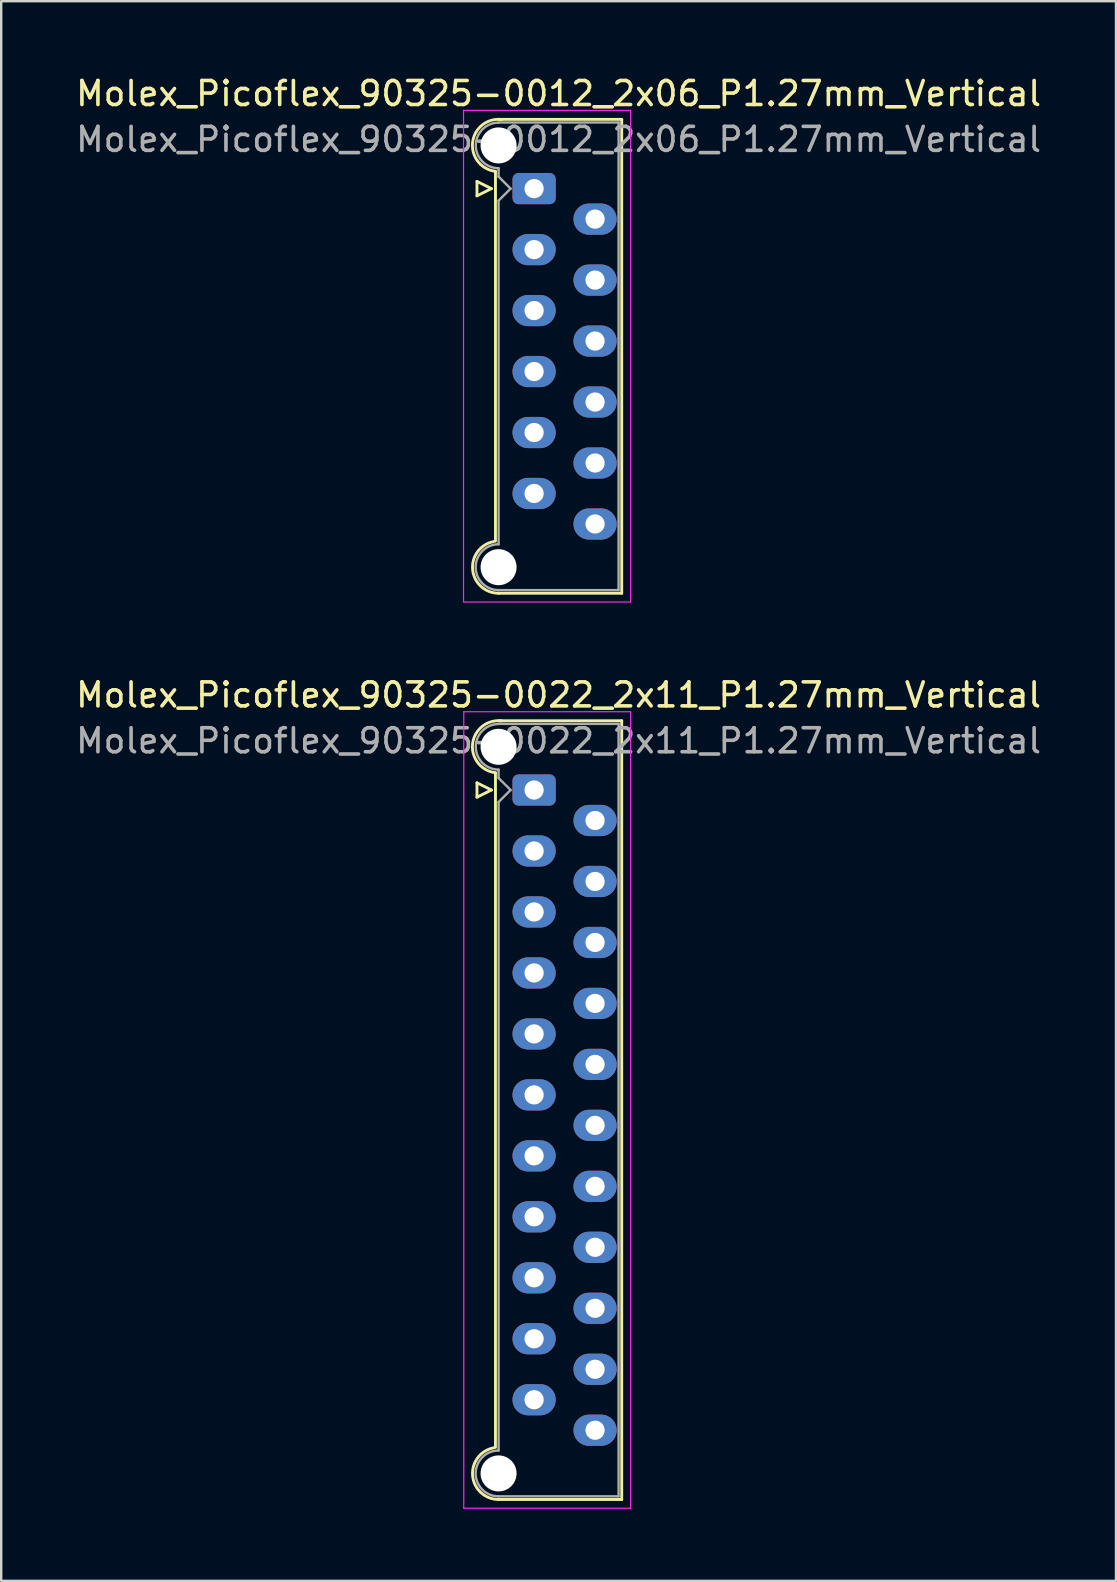
<source format=kicad_pcb>
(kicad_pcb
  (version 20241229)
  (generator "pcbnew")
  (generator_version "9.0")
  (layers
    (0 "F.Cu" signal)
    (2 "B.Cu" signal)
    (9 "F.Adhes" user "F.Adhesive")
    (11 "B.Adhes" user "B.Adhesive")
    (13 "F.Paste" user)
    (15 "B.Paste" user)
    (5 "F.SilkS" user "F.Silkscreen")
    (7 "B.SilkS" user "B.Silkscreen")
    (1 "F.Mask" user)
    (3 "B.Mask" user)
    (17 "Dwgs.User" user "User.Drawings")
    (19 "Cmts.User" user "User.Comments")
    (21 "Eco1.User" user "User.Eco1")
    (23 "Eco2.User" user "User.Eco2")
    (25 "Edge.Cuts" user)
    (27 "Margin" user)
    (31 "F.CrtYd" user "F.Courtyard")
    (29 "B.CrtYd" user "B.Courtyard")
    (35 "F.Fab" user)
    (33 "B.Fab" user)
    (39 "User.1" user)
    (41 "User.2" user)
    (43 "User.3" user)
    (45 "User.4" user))
  (footprint "Molex_Picoflex_90325-0022_2x11_P1.27mm_Vertical"
    (layer "F.Cu")
    (at 19.2 29.861)
    (property "Reference" "Molex_Picoflex_90325-0022_2x11_P1.27mm_Vertical" (at 1.02 -3.96 0) (layer "F.SilkS") (effects (font (size 1 1) (thickness 0.15))))
    (attr through_hole)
    (fp_line (start -2.38 -0.3) (end -2.38 0.3) (stroke (width 0.12) (type solid)) (layer "F.SilkS"))
    (fp_line (start -2.38 0.3) (end -1.78 0) (stroke (width 0.12) (type solid)) (layer "F.SilkS"))
    (fp_line (start -1.78 0) (end -2.38 -0.3) (stroke (width 0.12) (type solid)) (layer "F.SilkS"))
    (fp_line (start -1.61 -0.715) (end -1.61 27.385) (stroke (width 0.12) (type solid)) (layer "F.SilkS"))
    (fp_line (start -1.48 -2.885) (end 3.65 -2.885) (stroke (width 0.12) (type solid)) (layer "F.SilkS"))
    (fp_line (start 3.65 -2.885) (end 3.65 29.555) (stroke (width 0.12) (type solid)) (layer "F.SilkS"))
    (fp_line (start 3.65 29.555) (end -1.48 29.555) (stroke (width 0.12) (type solid)) (layer "F.SilkS"))
    (fp_arc (start -1.61 -0.72) (mid -2.56 -1.93) (end -1.35 -2.88) (stroke (width 0.12) (type solid)) (layer "F.SilkS"))
    (fp_arc (start -1.47 29.555) (mid -2.56 28.574526) (end -1.678256 27.40322) (stroke (width 0.12) (type solid)) (layer "F.SilkS"))
    (fp_line (start -2.93 -3.26) (end -2.93 29.92) (stroke (width 0.05) (type solid)) (layer "F.CrtYd"))
    (fp_line (start -2.93 29.92) (end 4.02 29.92) (stroke (width 0.05) (type solid)) (layer "F.CrtYd"))
    (fp_line (start 4.02 -3.26) (end -2.93 -3.26) (stroke (width 0.05) (type solid)) (layer "F.CrtYd"))
    (fp_line (start 4.02 29.92) (end 4.02 -3.26) (stroke (width 0.05) (type solid)) (layer "F.CrtYd"))
    (fp_line (start -1.48 -2.755) (end 3.52 -2.755) (stroke (width 0.1) (type solid)) (layer "F.Fab"))
    (fp_line (start -1.48 -0.845) (end -1.48 -0.5) (stroke (width 0.1) (type solid)) (layer "F.Fab"))
    (fp_line (start -1.48 -0.5) (end -0.98 0) (stroke (width 0.1) (type solid)) (layer "F.Fab"))
    (fp_line (start -1.48 0.5) (end -1.48 27.515) (stroke (width 0.1) (type solid)) (layer "F.Fab"))
    (fp_line (start -0.98 0) (end -1.48 0.5) (stroke (width 0.1) (type solid)) (layer "F.Fab"))
    (fp_line (start 3.52 -2.755) (end 3.52 29.425) (stroke (width 0.1) (type solid)) (layer "F.Fab"))
    (fp_line (start 3.52 29.425) (end -1.48 29.425) (stroke (width 0.1) (type solid)) (layer "F.Fab"))
    (fp_arc (start -1.48 -0.85) (mid -2.43 -1.8) (end -1.48 -2.75) (stroke (width 0.1) (type solid)) (layer "F.Fab"))
    (fp_arc (start -1.48 29.425) (mid -2.435 28.47) (end -1.48 27.515) (stroke (width 0.1) (type solid)) (layer "F.Fab"))
    (fp_text user "${REFERENCE}" (at 1.02 -2.05 0) (layer "F.Fab") (effects (font (size 1 1) (thickness 0.15))))
    (pad "" np_thru_hole circle (at -1.48 -1.8) (size 1.5 1.5) (drill 1.5) (layers "*.Cu" "*.Mask"))
    (pad "" np_thru_hole circle (at -1.48 28.47) (size 1.5 1.5) (drill 1.5) (layers "*.Cu" "*.Mask"))
    (pad "1" thru_hole roundrect (at 0 0) (size 1.8 1.3) (drill 0.8) (layers "*.Cu" "*.Mask") (roundrect_rratio 0.192))
    (pad "2" thru_hole oval (at 2.54 1.27) (size 1.8 1.3) (drill 0.8) (layers "*.Cu" "*.Mask"))
    (pad "3" thru_hole oval (at 0 2.54) (size 1.8 1.3) (drill 0.8) (layers "*.Cu" "*.Mask"))
    (pad "4" thru_hole oval (at 2.54 3.81) (size 1.8 1.3) (drill 0.8) (layers "*.Cu" "*.Mask"))
    (pad "5" thru_hole oval (at 0 5.08) (size 1.8 1.3) (drill 0.8) (layers "*.Cu" "*.Mask"))
    (pad "6" thru_hole oval (at 2.54 6.35) (size 1.8 1.3) (drill 0.8) (layers "*.Cu" "*.Mask"))
    (pad "7" thru_hole oval (at 0 7.62) (size 1.8 1.3) (drill 0.8) (layers "*.Cu" "*.Mask"))
    (pad "8" thru_hole oval (at 2.54 8.89) (size 1.8 1.3) (drill 0.8) (layers "*.Cu" "*.Mask"))
    (pad "9" thru_hole oval (at 0 10.16) (size 1.8 1.3) (drill 0.8) (layers "*.Cu" "*.Mask"))
    (pad "10" thru_hole oval (at 2.54 11.43) (size 1.8 1.3) (drill 0.8) (layers "*.Cu" "*.Mask"))
    (pad "11" thru_hole oval (at 0 12.7) (size 1.8 1.3) (drill 0.8) (layers "*.Cu" "*.Mask"))
    (pad "12" thru_hole oval (at 2.54 13.97) (size 1.8 1.3) (drill 0.8) (layers "*.Cu" "*.Mask"))
    (pad "13" thru_hole oval (at 0 15.24) (size 1.8 1.3) (drill 0.8) (layers "*.Cu" "*.Mask"))
    (pad "14" thru_hole oval (at 2.54 16.51) (size 1.8 1.3) (drill 0.8) (layers "*.Cu" "*.Mask"))
    (pad "15" thru_hole oval (at 0 17.78) (size 1.8 1.3) (drill 0.8) (layers "*.Cu" "*.Mask"))
    (pad "16" thru_hole oval (at 2.54 19.05) (size 1.8 1.3) (drill 0.8) (layers "*.Cu" "*.Mask"))
    (pad "17" thru_hole oval (at 0 20.32) (size 1.8 1.3) (drill 0.8) (layers "*.Cu" "*.Mask"))
    (pad "18" thru_hole oval (at 2.54 21.59) (size 1.8 1.3) (drill 0.8) (layers "*.Cu" "*.Mask"))
    (pad "19" thru_hole oval (at 0 22.86) (size 1.8 1.3) (drill 0.8) (layers "*.Cu" "*.Mask"))
    (pad "20" thru_hole oval (at 2.54 24.13) (size 1.8 1.3) (drill 0.8) (layers "*.Cu" "*.Mask"))
    (pad "21" thru_hole oval (at 0 25.4) (size 1.8 1.3) (drill 0.8) (layers "*.Cu" "*.Mask"))
    (pad "22" thru_hole oval (at 2.54 26.67) (size 1.8 1.3) (drill 0.8) (layers "*.Cu" "*.Mask")))
  (footprint "Molex_Picoflex_90325-0012_2x06_P1.27mm_Vertical"
    (layer "F.Cu")
    (at 19.2 4.808)
    (property "Reference" "Molex_Picoflex_90325-0012_2x06_P1.27mm_Vertical" (at 1.02 -3.96 0) (layer "F.SilkS") (effects (font (size 1 1) (thickness 0.15))))
    (attr through_hole)
    (fp_line (start -2.38 -0.3) (end -2.38 0.3) (stroke (width 0.12) (type solid)) (layer "F.SilkS"))
    (fp_line (start -2.38 0.3) (end -1.78 0) (stroke (width 0.12) (type solid)) (layer "F.SilkS"))
    (fp_line (start -1.78 0) (end -2.38 -0.3) (stroke (width 0.12) (type solid)) (layer "F.SilkS"))
    (fp_line (start -1.61 -0.715) (end -1.61 14.685) (stroke (width 0.12) (type solid)) (layer "F.SilkS"))
    (fp_line (start -1.48 -2.885) (end 3.65 -2.885) (stroke (width 0.12) (type solid)) (layer "F.SilkS"))
    (fp_line (start 3.65 -2.885) (end 3.65 16.855) (stroke (width 0.12) (type solid)) (layer "F.SilkS"))
    (fp_line (start 3.65 16.855) (end -1.48 16.855) (stroke (width 0.12) (type solid)) (layer "F.SilkS"))
    (fp_arc (start -1.61 -0.72) (mid -2.56 -1.93) (end -1.35 -2.88) (stroke (width 0.12) (type solid)) (layer "F.SilkS"))
    (fp_arc (start -1.47 16.855) (mid -2.56 15.874526) (end -1.678256 14.70322) (stroke (width 0.12) (type solid)) (layer "F.SilkS"))
    (fp_line (start -2.94 -3.26) (end -2.94 17.22) (stroke (width 0.05) (type solid)) (layer "F.CrtYd"))
    (fp_line (start -2.94 17.22) (end 4.02 17.22) (stroke (width 0.05) (type solid)) (layer "F.CrtYd"))
    (fp_line (start 4.02 -3.26) (end -2.94 -3.26) (stroke (width 0.05) (type solid)) (layer "F.CrtYd"))
    (fp_line (start 4.02 17.22) (end 4.02 -3.26) (stroke (width 0.05) (type solid)) (layer "F.CrtYd"))
    (fp_line (start -1.48 -2.755) (end 3.52 -2.755) (stroke (width 0.1) (type solid)) (layer "F.Fab"))
    (fp_line (start -1.48 -0.845) (end -1.48 -0.5) (stroke (width 0.1) (type solid)) (layer "F.Fab"))
    (fp_line (start -1.48 -0.5) (end -0.98 0) (stroke (width 0.1) (type solid)) (layer "F.Fab"))
    (fp_line (start -1.48 0.5) (end -1.48 14.815) (stroke (width 0.1) (type solid)) (layer "F.Fab"))
    (fp_line (start -0.98 0) (end -1.48 0.5) (stroke (width 0.1) (type solid)) (layer "F.Fab"))
    (fp_line (start 3.52 -2.755) (end 3.52 16.725) (stroke (width 0.1) (type solid)) (layer "F.Fab"))
    (fp_line (start 3.52 16.725) (end -1.48 16.725) (stroke (width 0.1) (type solid)) (layer "F.Fab"))
    (fp_arc (start -1.48 -0.85) (mid -2.43 -1.8) (end -1.48 -2.75) (stroke (width 0.1) (type solid)) (layer "F.Fab"))
    (fp_arc (start -1.48 16.725) (mid -2.435 15.77) (end -1.48 14.815) (stroke (width 0.1) (type solid)) (layer "F.Fab"))
    (fp_text user "${REFERENCE}" (at 1.02 -2.05 0) (layer "F.Fab") (effects (font (size 1 1) (thickness 0.15))))
    (pad "" np_thru_hole circle (at -1.48 -1.8) (size 1.5 1.5) (drill 1.5) (layers "*.Cu" "*.Mask"))
    (pad "" np_thru_hole circle (at -1.48 15.77) (size 1.5 1.5) (drill 1.5) (layers "*.Cu" "*.Mask"))
    (pad "1" thru_hole roundrect (at 0 0) (size 1.8 1.3) (drill 0.8) (layers "*.Cu" "*.Mask") (roundrect_rratio 0.192))
    (pad "2" thru_hole oval (at 2.54 1.27) (size 1.8 1.3) (drill 0.8) (layers "*.Cu" "*.Mask"))
    (pad "3" thru_hole oval (at 0 2.54) (size 1.8 1.3) (drill 0.8) (layers "*.Cu" "*.Mask"))
    (pad "4" thru_hole oval (at 2.54 3.81) (size 1.8 1.3) (drill 0.8) (layers "*.Cu" "*.Mask"))
    (pad "5" thru_hole oval (at 0 5.08) (size 1.8 1.3) (drill 0.8) (layers "*.Cu" "*.Mask"))
    (pad "6" thru_hole oval (at 2.54 6.35) (size 1.8 1.3) (drill 0.8) (layers "*.Cu" "*.Mask"))
    (pad "7" thru_hole oval (at 0 7.62) (size 1.8 1.3) (drill 0.8) (layers "*.Cu" "*.Mask"))
    (pad "8" thru_hole oval (at 2.54 8.89) (size 1.8 1.3) (drill 0.8) (layers "*.Cu" "*.Mask"))
    (pad "9" thru_hole oval (at 0 10.16) (size 1.8 1.3) (drill 0.8) (layers "*.Cu" "*.Mask"))
    (pad "10" thru_hole oval (at 2.54 11.43) (size 1.8 1.3) (drill 0.8) (layers "*.Cu" "*.Mask"))
    (pad "11" thru_hole oval (at 0 12.7) (size 1.8 1.3) (drill 0.8) (layers "*.Cu" "*.Mask"))
    (pad "12" thru_hole oval (at 2.54 13.97) (size 1.8 1.3) (drill 0.8) (layers "*.Cu" "*.Mask")))
  (gr_rect
    (start -3 -3)
    (end 43.44 62.806)
    (stroke (width 0.1) (type default))
    (fill no)
    (layer "Edge.Cuts")))
</source>
